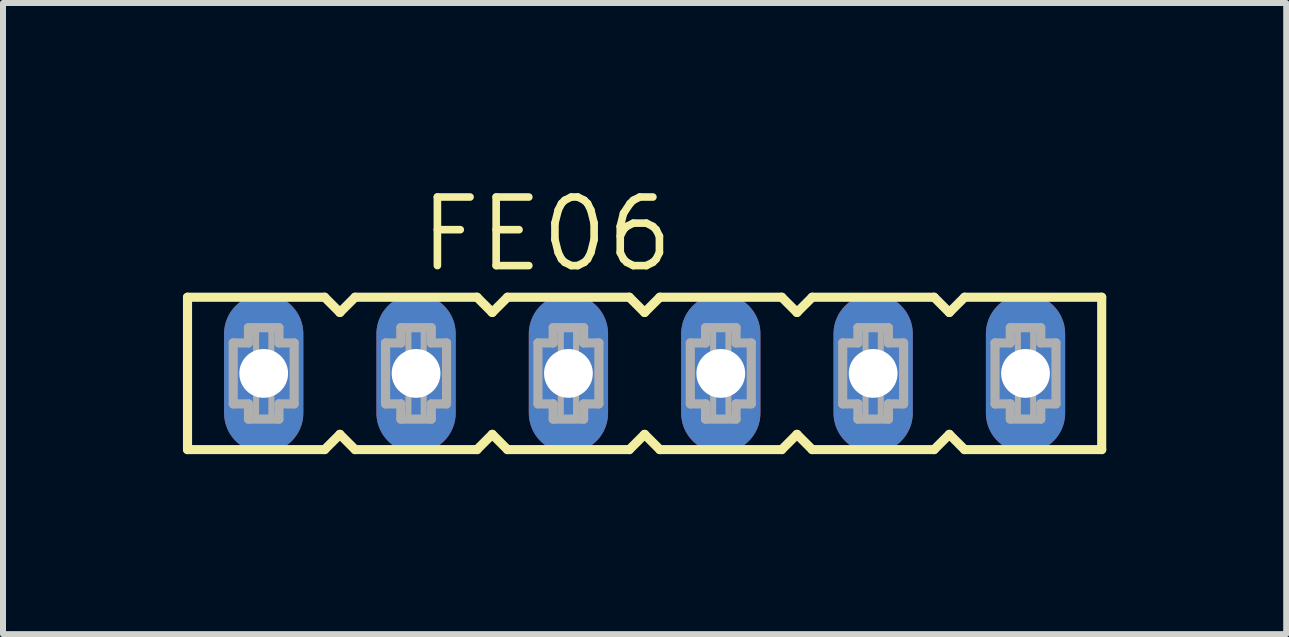
<source format=kicad_pcb>
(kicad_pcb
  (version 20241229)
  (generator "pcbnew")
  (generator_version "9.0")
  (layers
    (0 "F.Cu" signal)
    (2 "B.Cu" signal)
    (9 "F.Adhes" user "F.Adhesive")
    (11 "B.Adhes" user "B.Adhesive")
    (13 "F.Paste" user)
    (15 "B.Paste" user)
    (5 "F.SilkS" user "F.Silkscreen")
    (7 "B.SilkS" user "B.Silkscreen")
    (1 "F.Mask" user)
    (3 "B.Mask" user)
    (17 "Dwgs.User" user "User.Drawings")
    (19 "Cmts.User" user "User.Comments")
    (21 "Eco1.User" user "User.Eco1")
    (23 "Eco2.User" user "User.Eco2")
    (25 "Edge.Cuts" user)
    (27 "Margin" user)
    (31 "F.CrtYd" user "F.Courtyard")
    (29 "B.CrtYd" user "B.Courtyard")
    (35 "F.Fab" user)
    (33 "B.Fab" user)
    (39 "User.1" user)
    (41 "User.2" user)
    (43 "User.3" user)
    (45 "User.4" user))
  (footprint "FE06"
    (layer "F.Cu")
    (at 7.696 3.175)
    (property "Reference" "FE06" (at -3.81 -1.651 0) (layer "F.SilkS") (effects (font (size 1.143 1.143) (thickness 0.127)) (justify left bottom)))
    (fp_line (start -7.62 -1.27) (end -7.62 1.27) (stroke (width 0.152) (type solid)) (layer "F.SilkS"))
    (fp_line (start -7.62 1.27) (end -5.334 1.27) (stroke (width 0.152) (type solid)) (layer "F.SilkS"))
    (fp_line (start -5.334 -1.27) (end -7.62 -1.27) (stroke (width 0.152) (type solid)) (layer "F.SilkS"))
    (fp_line (start -5.334 1.27) (end -5.08 1.016) (stroke (width 0.152) (type solid)) (layer "F.SilkS"))
    (fp_line (start -5.08 -1.016) (end -5.334 -1.27) (stroke (width 0.152) (type solid)) (layer "F.SilkS"))
    (fp_line (start -5.08 1.016) (end -4.826 1.27) (stroke (width 0.152) (type solid)) (layer "F.SilkS"))
    (fp_line (start -4.826 -1.27) (end -5.08 -1.016) (stroke (width 0.152) (type solid)) (layer "F.SilkS"))
    (fp_line (start -4.826 1.27) (end -2.794 1.27) (stroke (width 0.152) (type solid)) (layer "F.SilkS"))
    (fp_line (start -2.794 -1.27) (end -4.826 -1.27) (stroke (width 0.152) (type solid)) (layer "F.SilkS"))
    (fp_line (start -2.794 1.27) (end -2.54 1.016) (stroke (width 0.152) (type solid)) (layer "F.SilkS"))
    (fp_line (start -2.54 -1.016) (end -2.794 -1.27) (stroke (width 0.152) (type solid)) (layer "F.SilkS"))
    (fp_line (start -2.54 1.016) (end -2.286 1.27) (stroke (width 0.152) (type solid)) (layer "F.SilkS"))
    (fp_line (start -2.286 -1.27) (end -2.54 -1.016) (stroke (width 0.152) (type solid)) (layer "F.SilkS"))
    (fp_line (start -2.286 1.27) (end -0.254 1.27) (stroke (width 0.152) (type solid)) (layer "F.SilkS"))
    (fp_line (start -0.254 -1.27) (end -2.286 -1.27) (stroke (width 0.152) (type solid)) (layer "F.SilkS"))
    (fp_line (start -0.254 1.27) (end 0 1.016) (stroke (width 0.152) (type solid)) (layer "F.SilkS"))
    (fp_line (start 0 -1.016) (end -0.254 -1.27) (stroke (width 0.152) (type solid)) (layer "F.SilkS"))
    (fp_line (start 0 1.016) (end 0.254 1.27) (stroke (width 0.152) (type solid)) (layer "F.SilkS"))
    (fp_line (start 0.254 -1.27) (end 0 -1.016) (stroke (width 0.152) (type solid)) (layer "F.SilkS"))
    (fp_line (start 0.254 1.27) (end 2.286 1.27) (stroke (width 0.152) (type solid)) (layer "F.SilkS"))
    (fp_line (start 2.286 -1.27) (end 0.254 -1.27) (stroke (width 0.152) (type solid)) (layer "F.SilkS"))
    (fp_line (start 2.286 1.27) (end 2.54 1.016) (stroke (width 0.152) (type solid)) (layer "F.SilkS"))
    (fp_line (start 2.54 -1.016) (end 2.286 -1.27) (stroke (width 0.152) (type solid)) (layer "F.SilkS"))
    (fp_line (start 2.54 1.016) (end 2.794 1.27) (stroke (width 0.152) (type solid)) (layer "F.SilkS"))
    (fp_line (start 2.794 -1.27) (end 2.54 -1.016) (stroke (width 0.152) (type solid)) (layer "F.SilkS"))
    (fp_line (start 2.794 1.27) (end 4.826 1.27) (stroke (width 0.152) (type solid)) (layer "F.SilkS"))
    (fp_line (start 4.826 -1.27) (end 2.794 -1.27) (stroke (width 0.152) (type solid)) (layer "F.SilkS"))
    (fp_line (start 4.826 1.27) (end 5.08 1.016) (stroke (width 0.152) (type solid)) (layer "F.SilkS"))
    (fp_line (start 5.08 -1.016) (end 4.826 -1.27) (stroke (width 0.152) (type solid)) (layer "F.SilkS"))
    (fp_line (start 5.08 1.016) (end 5.334 1.27) (stroke (width 0.152) (type solid)) (layer "F.SilkS"))
    (fp_line (start 5.334 -1.27) (end 5.08 -1.016) (stroke (width 0.152) (type solid)) (layer "F.SilkS"))
    (fp_line (start 5.334 1.27) (end 7.62 1.27) (stroke (width 0.152) (type solid)) (layer "F.SilkS"))
    (fp_line (start 7.62 -1.27) (end 5.334 -1.27) (stroke (width 0.152) (type solid)) (layer "F.SilkS"))
    (fp_line (start 7.62 1.27) (end 7.62 -1.27) (stroke (width 0.152) (type solid)) (layer "F.SilkS"))
    (fp_line (start -6.858 -0.508) (end -6.858 0.508) (stroke (width 0.152) (type solid)) (layer "F.Fab"))
    (fp_line (start -6.858 0.508) (end -6.604 0.508) (stroke (width 0.152) (type solid)) (layer "F.Fab"))
    (fp_line (start -6.604 -0.762) (end -6.604 -0.508) (stroke (width 0.152) (type solid)) (layer "F.Fab"))
    (fp_line (start -6.604 -0.508) (end -6.858 -0.508) (stroke (width 0.152) (type solid)) (layer "F.Fab"))
    (fp_line (start -6.604 0.508) (end -6.604 0.762) (stroke (width 0.152) (type solid)) (layer "F.Fab"))
    (fp_line (start -6.604 0.762) (end -6.096 0.762) (stroke (width 0.152) (type solid)) (layer "F.Fab"))
    (fp_line (start -6.096 -0.762) (end -6.604 -0.762) (stroke (width 0.152) (type solid)) (layer "F.Fab"))
    (fp_line (start -6.096 -0.508) (end -6.096 -0.762) (stroke (width 0.152) (type solid)) (layer "F.Fab"))
    (fp_line (start -6.096 0.508) (end -5.842 0.508) (stroke (width 0.152) (type solid)) (layer "F.Fab"))
    (fp_line (start -6.096 0.762) (end -6.096 0.508) (stroke (width 0.152) (type solid)) (layer "F.Fab"))
    (fp_line (start -5.842 -0.508) (end -6.096 -0.508) (stroke (width 0.152) (type solid)) (layer "F.Fab"))
    (fp_line (start -5.842 0.508) (end -5.842 -0.508) (stroke (width 0.152) (type solid)) (layer "F.Fab"))
    (fp_line (start -4.318 -0.508) (end -4.318 0.508) (stroke (width 0.152) (type solid)) (layer "F.Fab"))
    (fp_line (start -4.318 0.508) (end -4.064 0.508) (stroke (width 0.152) (type solid)) (layer "F.Fab"))
    (fp_line (start -4.064 -0.762) (end -4.064 -0.508) (stroke (width 0.152) (type solid)) (layer "F.Fab"))
    (fp_line (start -4.064 -0.508) (end -4.318 -0.508) (stroke (width 0.152) (type solid)) (layer "F.Fab"))
    (fp_line (start -4.064 0.508) (end -4.064 0.762) (stroke (width 0.152) (type solid)) (layer "F.Fab"))
    (fp_line (start -4.064 0.762) (end -3.556 0.762) (stroke (width 0.152) (type solid)) (layer "F.Fab"))
    (fp_line (start -3.556 -0.762) (end -4.064 -0.762) (stroke (width 0.152) (type solid)) (layer "F.Fab"))
    (fp_line (start -3.556 -0.508) (end -3.556 -0.762) (stroke (width 0.152) (type solid)) (layer "F.Fab"))
    (fp_line (start -3.556 0.508) (end -3.302 0.508) (stroke (width 0.152) (type solid)) (layer "F.Fab"))
    (fp_line (start -3.556 0.762) (end -3.556 0.508) (stroke (width 0.152) (type solid)) (layer "F.Fab"))
    (fp_line (start -3.302 -0.508) (end -3.556 -0.508) (stroke (width 0.152) (type solid)) (layer "F.Fab"))
    (fp_line (start -3.302 0.508) (end -3.302 -0.508) (stroke (width 0.152) (type solid)) (layer "F.Fab"))
    (fp_line (start -1.778 -0.508) (end -1.778 0.508) (stroke (width 0.152) (type solid)) (layer "F.Fab"))
    (fp_line (start -1.778 0.508) (end -1.524 0.508) (stroke (width 0.152) (type solid)) (layer "F.Fab"))
    (fp_line (start -1.524 -0.762) (end -1.524 -0.508) (stroke (width 0.152) (type solid)) (layer "F.Fab"))
    (fp_line (start -1.524 -0.508) (end -1.778 -0.508) (stroke (width 0.152) (type solid)) (layer "F.Fab"))
    (fp_line (start -1.524 0.508) (end -1.524 0.762) (stroke (width 0.152) (type solid)) (layer "F.Fab"))
    (fp_line (start -1.524 0.762) (end -1.016 0.762) (stroke (width 0.152) (type solid)) (layer "F.Fab"))
    (fp_line (start -1.016 -0.762) (end -1.524 -0.762) (stroke (width 0.152) (type solid)) (layer "F.Fab"))
    (fp_line (start -1.016 -0.508) (end -1.016 -0.762) (stroke (width 0.152) (type solid)) (layer "F.Fab"))
    (fp_line (start -1.016 0.508) (end -0.762 0.508) (stroke (width 0.152) (type solid)) (layer "F.Fab"))
    (fp_line (start -1.016 0.762) (end -1.016 0.508) (stroke (width 0.152) (type solid)) (layer "F.Fab"))
    (fp_line (start -0.762 -0.508) (end -1.016 -0.508) (stroke (width 0.152) (type solid)) (layer "F.Fab"))
    (fp_line (start -0.762 0.508) (end -0.762 -0.508) (stroke (width 0.152) (type solid)) (layer "F.Fab"))
    (fp_line (start 0.762 -0.508) (end 0.762 0.508) (stroke (width 0.152) (type solid)) (layer "F.Fab"))
    (fp_line (start 0.762 0.508) (end 1.016 0.508) (stroke (width 0.152) (type solid)) (layer "F.Fab"))
    (fp_line (start 1.016 -0.762) (end 1.016 -0.508) (stroke (width 0.152) (type solid)) (layer "F.Fab"))
    (fp_line (start 1.016 -0.508) (end 0.762 -0.508) (stroke (width 0.152) (type solid)) (layer "F.Fab"))
    (fp_line (start 1.016 0.508) (end 1.016 0.762) (stroke (width 0.152) (type solid)) (layer "F.Fab"))
    (fp_line (start 1.016 0.762) (end 1.524 0.762) (stroke (width 0.152) (type solid)) (layer "F.Fab"))
    (fp_line (start 1.524 -0.762) (end 1.016 -0.762) (stroke (width 0.152) (type solid)) (layer "F.Fab"))
    (fp_line (start 1.524 -0.508) (end 1.524 -0.762) (stroke (width 0.152) (type solid)) (layer "F.Fab"))
    (fp_line (start 1.524 0.508) (end 1.778 0.508) (stroke (width 0.152) (type solid)) (layer "F.Fab"))
    (fp_line (start 1.524 0.762) (end 1.524 0.508) (stroke (width 0.152) (type solid)) (layer "F.Fab"))
    (fp_line (start 1.778 -0.508) (end 1.524 -0.508) (stroke (width 0.152) (type solid)) (layer "F.Fab"))
    (fp_line (start 1.778 0.508) (end 1.778 -0.508) (stroke (width 0.152) (type solid)) (layer "F.Fab"))
    (fp_line (start 3.302 -0.508) (end 3.302 0.508) (stroke (width 0.152) (type solid)) (layer "F.Fab"))
    (fp_line (start 3.302 0.508) (end 3.556 0.508) (stroke (width 0.152) (type solid)) (layer "F.Fab"))
    (fp_line (start 3.556 -0.762) (end 3.556 -0.508) (stroke (width 0.152) (type solid)) (layer "F.Fab"))
    (fp_line (start 3.556 -0.508) (end 3.302 -0.508) (stroke (width 0.152) (type solid)) (layer "F.Fab"))
    (fp_line (start 3.556 0.508) (end 3.556 0.762) (stroke (width 0.152) (type solid)) (layer "F.Fab"))
    (fp_line (start 3.556 0.762) (end 4.064 0.762) (stroke (width 0.152) (type solid)) (layer "F.Fab"))
    (fp_line (start 4.064 -0.762) (end 3.556 -0.762) (stroke (width 0.152) (type solid)) (layer "F.Fab"))
    (fp_line (start 4.064 -0.508) (end 4.064 -0.762) (stroke (width 0.152) (type solid)) (layer "F.Fab"))
    (fp_line (start 4.064 0.508) (end 4.318 0.508) (stroke (width 0.152) (type solid)) (layer "F.Fab"))
    (fp_line (start 4.064 0.762) (end 4.064 0.508) (stroke (width 0.152) (type solid)) (layer "F.Fab"))
    (fp_line (start 4.318 -0.508) (end 4.064 -0.508) (stroke (width 0.152) (type solid)) (layer "F.Fab"))
    (fp_line (start 4.318 0.508) (end 4.318 -0.508) (stroke (width 0.152) (type solid)) (layer "F.Fab"))
    (fp_line (start 5.842 -0.508) (end 5.842 0.508) (stroke (width 0.152) (type solid)) (layer "F.Fab"))
    (fp_line (start 5.842 0.508) (end 6.096 0.508) (stroke (width 0.152) (type solid)) (layer "F.Fab"))
    (fp_line (start 6.096 -0.762) (end 6.096 -0.508) (stroke (width 0.152) (type solid)) (layer "F.Fab"))
    (fp_line (start 6.096 -0.508) (end 5.842 -0.508) (stroke (width 0.152) (type solid)) (layer "F.Fab"))
    (fp_line (start 6.096 0.508) (end 6.096 0.762) (stroke (width 0.152) (type solid)) (layer "F.Fab"))
    (fp_line (start 6.096 0.762) (end 6.604 0.762) (stroke (width 0.152) (type solid)) (layer "F.Fab"))
    (fp_line (start 6.604 -0.762) (end 6.096 -0.762) (stroke (width 0.152) (type solid)) (layer "F.Fab"))
    (fp_line (start 6.604 -0.508) (end 6.604 -0.762) (stroke (width 0.152) (type solid)) (layer "F.Fab"))
    (fp_line (start 6.604 0.508) (end 6.858 0.508) (stroke (width 0.152) (type solid)) (layer "F.Fab"))
    (fp_line (start 6.604 0.762) (end 6.604 0.508) (stroke (width 0.152) (type solid)) (layer "F.Fab"))
    (fp_line (start 6.858 -0.508) (end 6.604 -0.508) (stroke (width 0.152) (type solid)) (layer "F.Fab"))
    (fp_line (start 6.858 0.508) (end 6.858 -0.508) (stroke (width 0.152) (type solid)) (layer "F.Fab"))
    (fp_poly (pts (xy -6.477 -0.254) (xy -6.223 -0.254) (xy -6.223 -0.762) (xy -6.477 -0.762)) (stroke (width 0.1) (type solid)) (fill no) (layer "F.Fab"))
    (fp_poly (pts (xy -6.477 0.762) (xy -6.223 0.762) (xy -6.223 0.254) (xy -6.477 0.254)) (stroke (width 0.1) (type solid)) (fill no) (layer "F.Fab"))
    (fp_poly (pts (xy -3.937 -0.254) (xy -3.683 -0.254) (xy -3.683 -0.762) (xy -3.937 -0.762)) (stroke (width 0.1) (type solid)) (fill no) (layer "F.Fab"))
    (fp_poly (pts (xy -3.937 0.762) (xy -3.683 0.762) (xy -3.683 0.254) (xy -3.937 0.254)) (stroke (width 0.1) (type solid)) (fill no) (layer "F.Fab"))
    (fp_poly (pts (xy -1.397 -0.254) (xy -1.143 -0.254) (xy -1.143 -0.762) (xy -1.397 -0.762)) (stroke (width 0.1) (type solid)) (fill no) (layer "F.Fab"))
    (fp_poly (pts (xy -1.397 0.762) (xy -1.143 0.762) (xy -1.143 0.254) (xy -1.397 0.254)) (stroke (width 0.1) (type solid)) (fill no) (layer "F.Fab"))
    (fp_poly (pts (xy 1.143 -0.254) (xy 1.397 -0.254) (xy 1.397 -0.762) (xy 1.143 -0.762)) (stroke (width 0.1) (type solid)) (fill no) (layer "F.Fab"))
    (fp_poly (pts (xy 1.143 0.762) (xy 1.397 0.762) (xy 1.397 0.254) (xy 1.143 0.254)) (stroke (width 0.1) (type solid)) (fill no) (layer "F.Fab"))
    (fp_poly (pts (xy 3.683 -0.254) (xy 3.937 -0.254) (xy 3.937 -0.762) (xy 3.683 -0.762)) (stroke (width 0.1) (type solid)) (fill no) (layer "F.Fab"))
    (fp_poly (pts (xy 3.683 0.762) (xy 3.937 0.762) (xy 3.937 0.254) (xy 3.683 0.254)) (stroke (width 0.1) (type solid)) (fill no) (layer "F.Fab"))
    (fp_poly (pts (xy 6.223 -0.254) (xy 6.477 -0.254) (xy 6.477 -0.762) (xy 6.223 -0.762)) (stroke (width 0.1) (type solid)) (fill no) (layer "F.Fab"))
    (fp_poly (pts (xy 6.223 0.762) (xy 6.477 0.762) (xy 6.477 0.254) (xy 6.223 0.254)) (stroke (width 0.1) (type solid)) (fill no) (layer "F.Fab"))
    (pad "1" thru_hole oval (at -6.35 0 90) (size 2.642 1.321) (drill 0.813) (layers "*.Cu" "*.Mask"))
    (pad "2" thru_hole oval (at -3.81 0 90) (size 2.642 1.321) (drill 0.813) (layers "*.Cu" "*.Mask"))
    (pad "3" thru_hole oval (at -1.27 0 90) (size 2.642 1.321) (drill 0.813) (layers "*.Cu" "*.Mask"))
    (pad "4" thru_hole oval (at 1.27 0 90) (size 2.642 1.321) (drill 0.813) (layers "*.Cu" "*.Mask"))
    (pad "5" thru_hole oval (at 3.81 0 90) (size 2.642 1.321) (drill 0.813) (layers "*.Cu" "*.Mask"))
    (pad "6" thru_hole oval (at 6.35 0 90) (size 2.642 1.321) (drill 0.813) (layers "*.Cu" "*.Mask")))
  (gr_rect
    (start -3 -3)
    (end 18.392 7.521)
    (stroke (width 0.1) (type default))
    (fill no)
    (layer "Edge.Cuts")))
</source>
